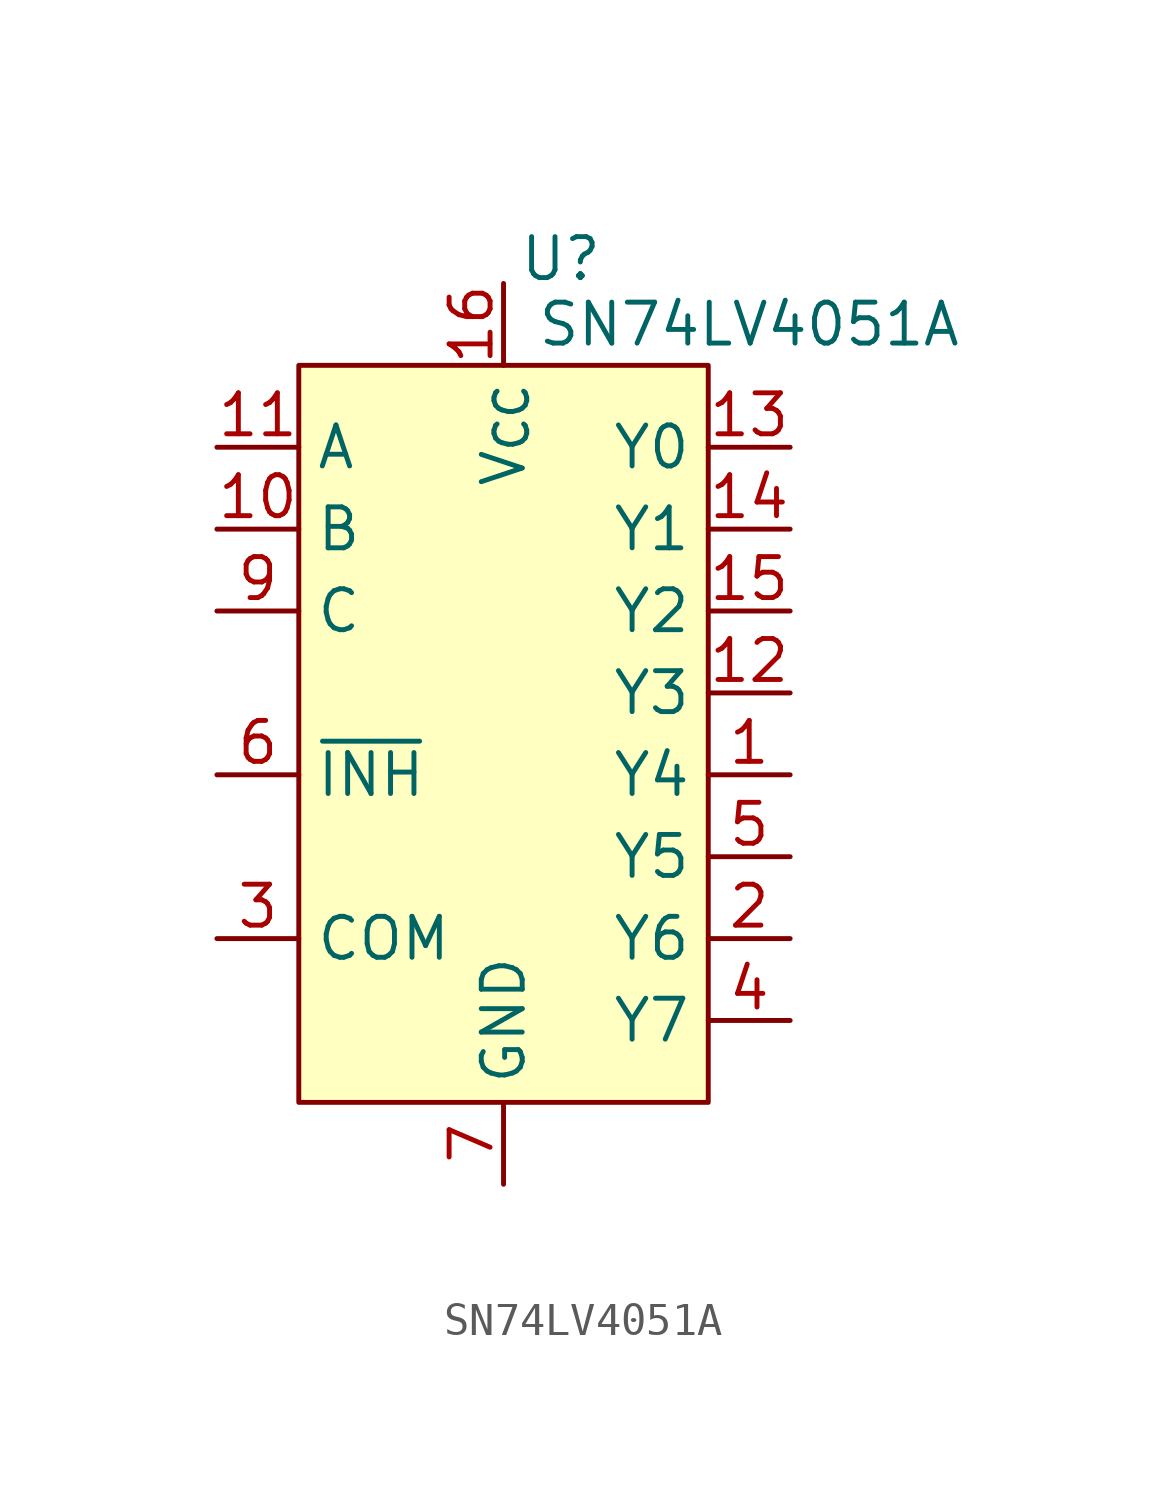
<source format=kicad_sym>
(kicad_symbol_lib
  (version 20241209)
  (generator "kicad_symbol_editor")
  (generator_version "9.0")
  (symbol "SN74LV4051A"
    (property "Reference" "U"
      (at 1.778 13.462 0)
      (effects (font (size 1.27 1.27))))
    (property "Value" "SN74LV4051A"
      (at 7.62 11.43 0)
      (effects (font (size 1.27 1.27))))
    (symbol "SN74LV4051A_1_1"
      (rectangle (start -6.35 10.16) (end 6.35 -12.7) (stroke (width 0) (type solid)) (fill (type color) (color 255 255 194 1)))
      (pin input line (at -8.89 7.62 0) (length 2.54) (name "A" (effects (font (size 1.27 1.27)))) (number "11" (effects (font (size 1.27 1.27)))))
      (pin input line (at -8.89 5.08 0) (length 2.54) (name "B" (effects (font (size 1.27 1.27)))) (number "10" (effects (font (size 1.27 1.27)))))
      (pin input line (at -8.89 2.54 0) (length 2.54) (name "C" (effects (font (size 1.27 1.27)))) (number "9" (effects (font (size 1.27 1.27)))))
      (pin input line (at -8.89 -2.54 0) (length 2.54) (name "~{INH}" (effects (font (size 1.27 1.27)))) (number "6" (effects (font (size 1.27 1.27)))))
      (pin bidirectional line (at -8.89 -7.62 0) (length 2.54) (name "COM" (effects (font (size 1.27 1.27)))) (number "3" (effects (font (size 1.27 1.27)))))
      (pin power_in line (at 0 12.7 270) (length 2.54) (name "V_{CC}" (effects (font (size 1.27 1.27)))) (number "16" (effects (font (size 1.27 1.27)))))
      (pin power_in line (at 0 -15.24 90) (length 2.54) (name "GND" (effects (font (size 1.27 1.27)))) (number "7" (effects (font (size 1.27 1.27)))))
      (pin power_in line (at 0 -15.24 90) (length 2.54) (hide yes) (name "GND" (effects (font (size 1.27 1.27)))) (number "8" (effects (font (size 1.27 1.27)))))
      (pin bidirectional line (at 8.89 7.62 180) (length 2.54) (name "Y0" (effects (font (size 1.27 1.27)))) (number "13" (effects (font (size 1.27 1.27)))))
      (pin bidirectional line (at 8.89 5.08 180) (length 2.54) (name "Y1" (effects (font (size 1.27 1.27)))) (number "14" (effects (font (size 1.27 1.27)))))
      (pin bidirectional line (at 8.89 2.54 180) (length 2.54) (name "Y2" (effects (font (size 1.27 1.27)))) (number "15" (effects (font (size 1.27 1.27)))))
      (pin bidirectional line (at 8.89 0 180) (length 2.54) (name "Y3" (effects (font (size 1.27 1.27)))) (number "12" (effects (font (size 1.27 1.27)))))
      (pin bidirectional line (at 8.89 -2.54 180) (length 2.54) (name "Y4" (effects (font (size 1.27 1.27)))) (number "1" (effects (font (size 1.27 1.27)))))
      (pin bidirectional line (at 8.89 -5.08 180) (length 2.54) (name "Y5" (effects (font (size 1.27 1.27)))) (number "5" (effects (font (size 1.27 1.27)))))
      (pin bidirectional line (at 8.89 -7.62 180) (length 2.54) (name "Y6" (effects (font (size 1.27 1.27)))) (number "2" (effects (font (size 1.27 1.27)))))
      (pin bidirectional line (at 8.89 -10.16 180) (length 2.54) (name "Y7" (effects (font (size 1.27 1.27)))) (number "4" (effects (font (size 1.27 1.27))))))))
</source>
